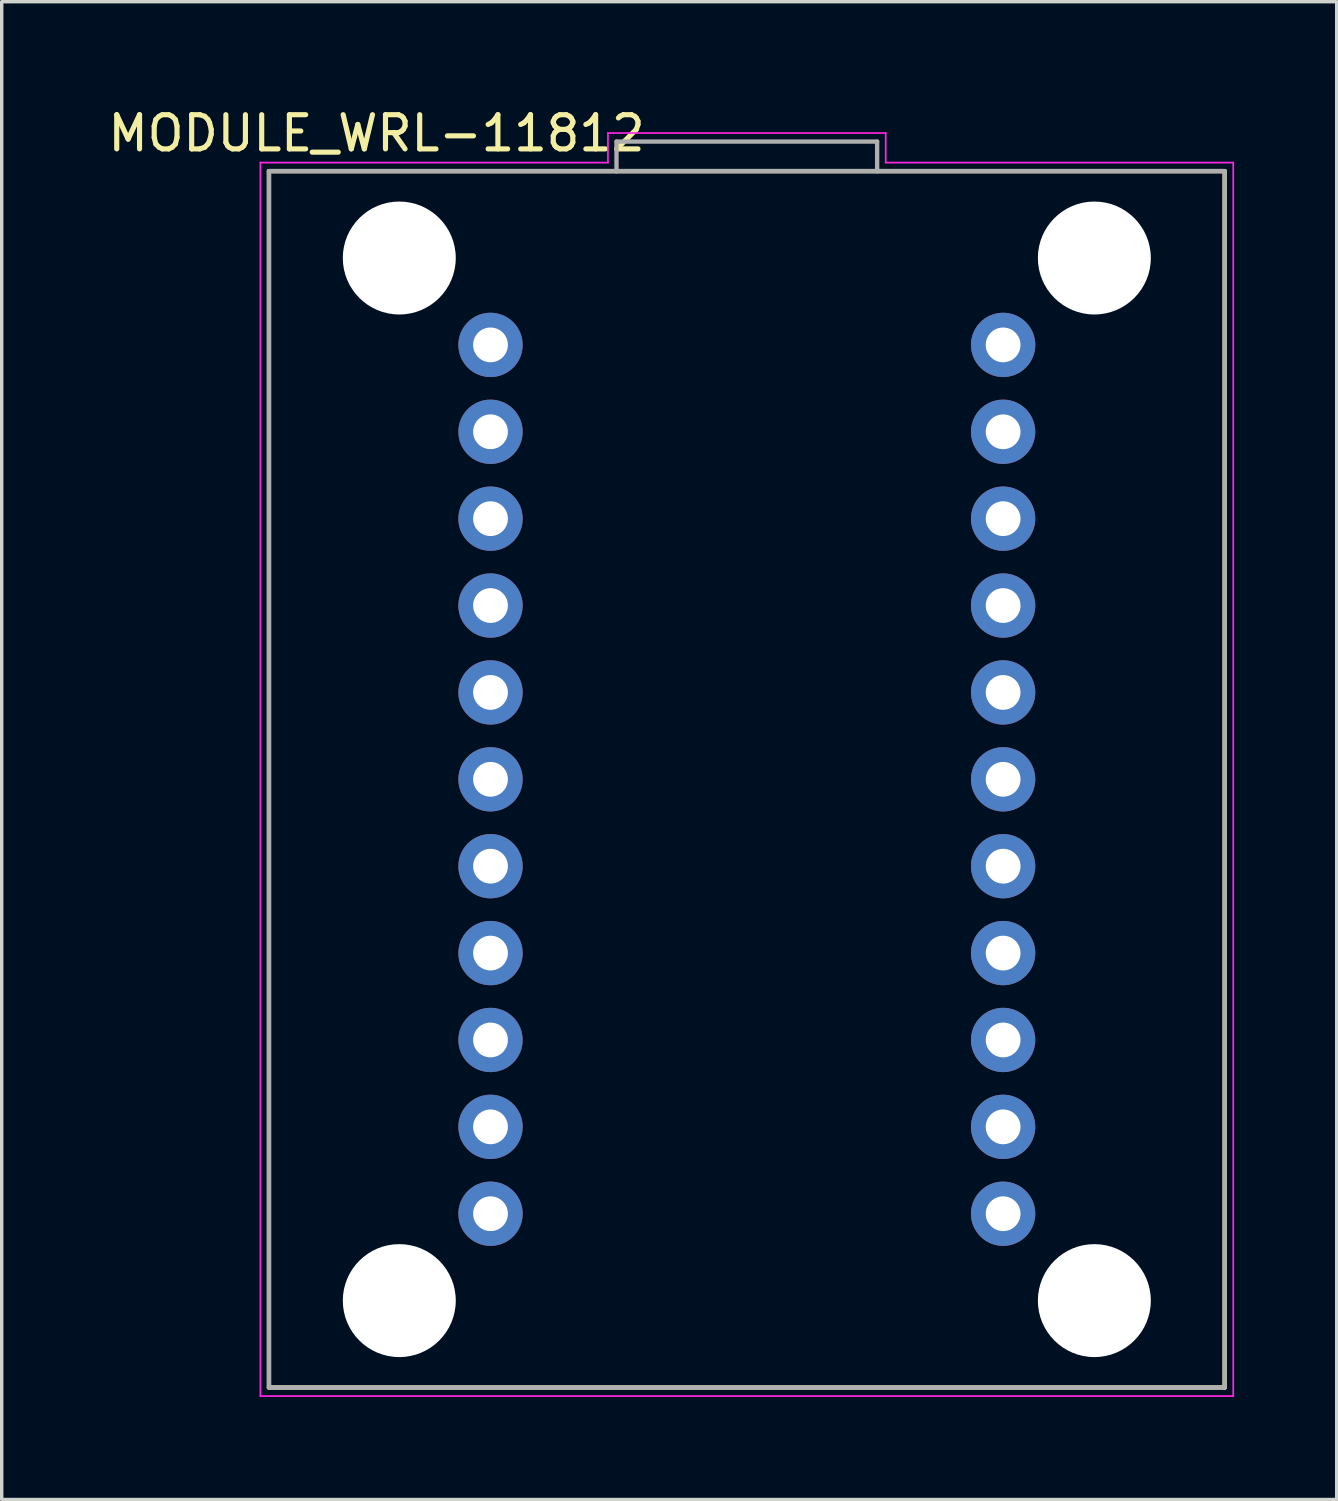
<source format=kicad_pcb>
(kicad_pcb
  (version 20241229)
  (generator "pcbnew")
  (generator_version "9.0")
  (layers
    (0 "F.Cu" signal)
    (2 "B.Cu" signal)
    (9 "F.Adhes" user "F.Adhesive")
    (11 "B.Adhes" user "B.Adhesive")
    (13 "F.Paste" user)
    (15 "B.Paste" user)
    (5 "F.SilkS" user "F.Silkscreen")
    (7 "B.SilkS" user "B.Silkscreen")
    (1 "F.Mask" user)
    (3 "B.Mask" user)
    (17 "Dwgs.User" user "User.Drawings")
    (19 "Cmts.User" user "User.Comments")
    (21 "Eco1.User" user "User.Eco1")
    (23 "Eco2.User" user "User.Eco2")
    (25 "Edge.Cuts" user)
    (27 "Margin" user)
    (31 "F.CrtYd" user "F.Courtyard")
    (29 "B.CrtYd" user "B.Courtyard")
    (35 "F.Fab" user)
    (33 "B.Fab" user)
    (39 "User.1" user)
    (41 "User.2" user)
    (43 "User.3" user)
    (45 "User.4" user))
  (footprint "MODULE_WRL-11812"
    (layer "F.Cu")
    (at 18.783 19.733)
    (property "Reference" "MODULE_WRL-11812" (at -10.825 -18.885 0) (layer "F.SilkS") (effects (font (size 1 1) (thickness 0.15))))
    (attr through_hole)
    (fp_line (start -13.97 -17.78) (end 13.97 -17.78) (stroke (width 0.127) (type solid)) (layer "F.SilkS"))
    (fp_line (start -13.97 17.78) (end -13.97 -17.78) (stroke (width 0.127) (type solid)) (layer "F.SilkS"))
    (fp_line (start 13.97 -17.78) (end 13.97 17.78) (stroke (width 0.127) (type solid)) (layer "F.SilkS"))
    (fp_line (start 13.97 17.78) (end -13.97 17.78) (stroke (width 0.127) (type solid)) (layer "F.SilkS"))
    (fp_line (start -14.22 -18.03) (end -14.22 18.03) (stroke (width 0.05) (type solid)) (layer "F.CrtYd"))
    (fp_line (start -14.22 18.03) (end 14.22 18.03) (stroke (width 0.05) (type solid)) (layer "F.CrtYd"))
    (fp_line (start -4.06 -18.894) (end -4.06 -18.03) (stroke (width 0.05) (type solid)) (layer "F.CrtYd"))
    (fp_line (start -4.06 -18.03) (end -14.22 -18.03) (stroke (width 0.05) (type solid)) (layer "F.CrtYd"))
    (fp_line (start 4.06 -18.894) (end -4.06 -18.894) (stroke (width 0.05) (type solid)) (layer "F.CrtYd"))
    (fp_line (start 4.06 -18.03) (end 4.06 -18.894) (stroke (width 0.05) (type solid)) (layer "F.CrtYd"))
    (fp_line (start 14.22 -18.03) (end 4.06 -18.03) (stroke (width 0.05) (type solid)) (layer "F.CrtYd"))
    (fp_line (start 14.22 18.03) (end 14.22 -18.03) (stroke (width 0.05) (type solid)) (layer "F.CrtYd"))
    (fp_line (start -13.97 -17.78) (end -3.81 -17.78) (stroke (width 0.127) (type solid)) (layer "F.Fab"))
    (fp_line (start -13.97 17.78) (end -13.97 -17.78) (stroke (width 0.127) (type solid)) (layer "F.Fab"))
    (fp_line (start -3.81 -18.644) (end -3.81 -17.78) (stroke (width 0.127) (type solid)) (layer "F.Fab"))
    (fp_line (start -3.81 -17.78) (end 3.81 -17.78) (stroke (width 0.127) (type solid)) (layer "F.Fab"))
    (fp_line (start 3.81 -18.644) (end -3.81 -18.644) (stroke (width 0.127) (type solid)) (layer "F.Fab"))
    (fp_line (start 3.81 -17.78) (end 3.81 -18.644) (stroke (width 0.127) (type solid)) (layer "F.Fab"))
    (fp_line (start 3.81 -17.78) (end 13.97 -17.78) (stroke (width 0.127) (type solid)) (layer "F.Fab"))
    (fp_line (start 13.97 -17.78) (end 13.97 17.78) (stroke (width 0.127) (type solid)) (layer "F.Fab"))
    (fp_line (start 13.97 17.78) (end -13.97 17.78) (stroke (width 0.127) (type solid)) (layer "F.Fab"))
    (pad "" np_thru_hole circle (at -10.16 -15.24) (size 3.302 3.302) (drill 3.302) (layers "*.Cu" "*.Mask"))
    (pad "" np_thru_hole circle (at -10.16 15.24) (size 3.302 3.302) (drill 3.302) (layers "*.Cu" "*.Mask"))
    (pad "" np_thru_hole circle (at 10.16 -15.24) (size 3.302 3.302) (drill 3.302) (layers "*.Cu" "*.Mask"))
    (pad "" np_thru_hole circle (at 10.16 15.24) (size 3.302 3.302) (drill 3.302) (layers "*.Cu" "*.Mask"))
    (pad "JP5_1" thru_hole circle (at 7.493 -12.7) (size 1.88 1.88) (drill 1.016) (layers "*.Cu" "*.Mask"))
    (pad "JP5_2" thru_hole circle (at 7.493 -10.16) (size 1.88 1.88) (drill 1.016) (layers "*.Cu" "*.Mask"))
    (pad "JP5_3" thru_hole circle (at 7.493 -7.62) (size 1.88 1.88) (drill 1.016) (layers "*.Cu" "*.Mask"))
    (pad "JP5_4" thru_hole circle (at 7.493 -5.08) (size 1.88 1.88) (drill 1.016) (layers "*.Cu" "*.Mask"))
    (pad "JP5_5" thru_hole circle (at 7.493 -2.54) (size 1.88 1.88) (drill 1.016) (layers "*.Cu" "*.Mask"))
    (pad "JP5_6" thru_hole circle (at 7.493 0) (size 1.88 1.88) (drill 1.016) (layers "*.Cu" "*.Mask"))
    (pad "JP5_7" thru_hole circle (at 7.493 2.54) (size 1.88 1.88) (drill 1.016) (layers "*.Cu" "*.Mask"))
    (pad "JP5_8" thru_hole circle (at 7.493 5.08) (size 1.88 1.88) (drill 1.016) (layers "*.Cu" "*.Mask"))
    (pad "JP5_9" thru_hole circle (at 7.493 7.62) (size 1.88 1.88) (drill 1.016) (layers "*.Cu" "*.Mask"))
    (pad "JP5_10" thru_hole circle (at 7.493 10.16) (size 1.88 1.88) (drill 1.016) (layers "*.Cu" "*.Mask"))
    (pad "JP5_11" thru_hole circle (at 7.493 12.7) (size 1.88 1.88) (drill 1.016) (layers "*.Cu" "*.Mask"))
    (pad "JP6_1" thru_hole circle (at -7.493 12.7) (size 1.88 1.88) (drill 1.016) (layers "*.Cu" "*.Mask"))
    (pad "JP6_2" thru_hole circle (at -7.493 10.16) (size 1.88 1.88) (drill 1.016) (layers "*.Cu" "*.Mask"))
    (pad "JP6_3" thru_hole circle (at -7.493 7.62) (size 1.88 1.88) (drill 1.016) (layers "*.Cu" "*.Mask"))
    (pad "JP6_4" thru_hole circle (at -7.493 5.08) (size 1.88 1.88) (drill 1.016) (layers "*.Cu" "*.Mask"))
    (pad "JP6_5" thru_hole circle (at -7.493 2.54) (size 1.88 1.88) (drill 1.016) (layers "*.Cu" "*.Mask"))
    (pad "JP6_6" thru_hole circle (at -7.493 0) (size 1.88 1.88) (drill 1.016) (layers "*.Cu" "*.Mask"))
    (pad "JP6_7" thru_hole circle (at -7.493 -2.54) (size 1.88 1.88) (drill 1.016) (layers "*.Cu" "*.Mask"))
    (pad "JP6_8" thru_hole circle (at -7.493 -5.08) (size 1.88 1.88) (drill 1.016) (layers "*.Cu" "*.Mask"))
    (pad "JP6_9" thru_hole circle (at -7.493 -7.62) (size 1.88 1.88) (drill 1.016) (layers "*.Cu" "*.Mask"))
    (pad "JP6_10" thru_hole circle (at -7.493 -10.16) (size 1.88 1.88) (drill 1.016) (layers "*.Cu" "*.Mask"))
    (pad "JP6_11" thru_hole circle (at -7.493 -12.7) (size 1.88 1.88) (drill 1.016) (layers "*.Cu" "*.Mask")))
  (gr_rect
    (start -3 -3)
    (end 36.028 40.788)
    (stroke (width 0.1) (type default))
    (fill no)
    (layer "Edge.Cuts")))
</source>
